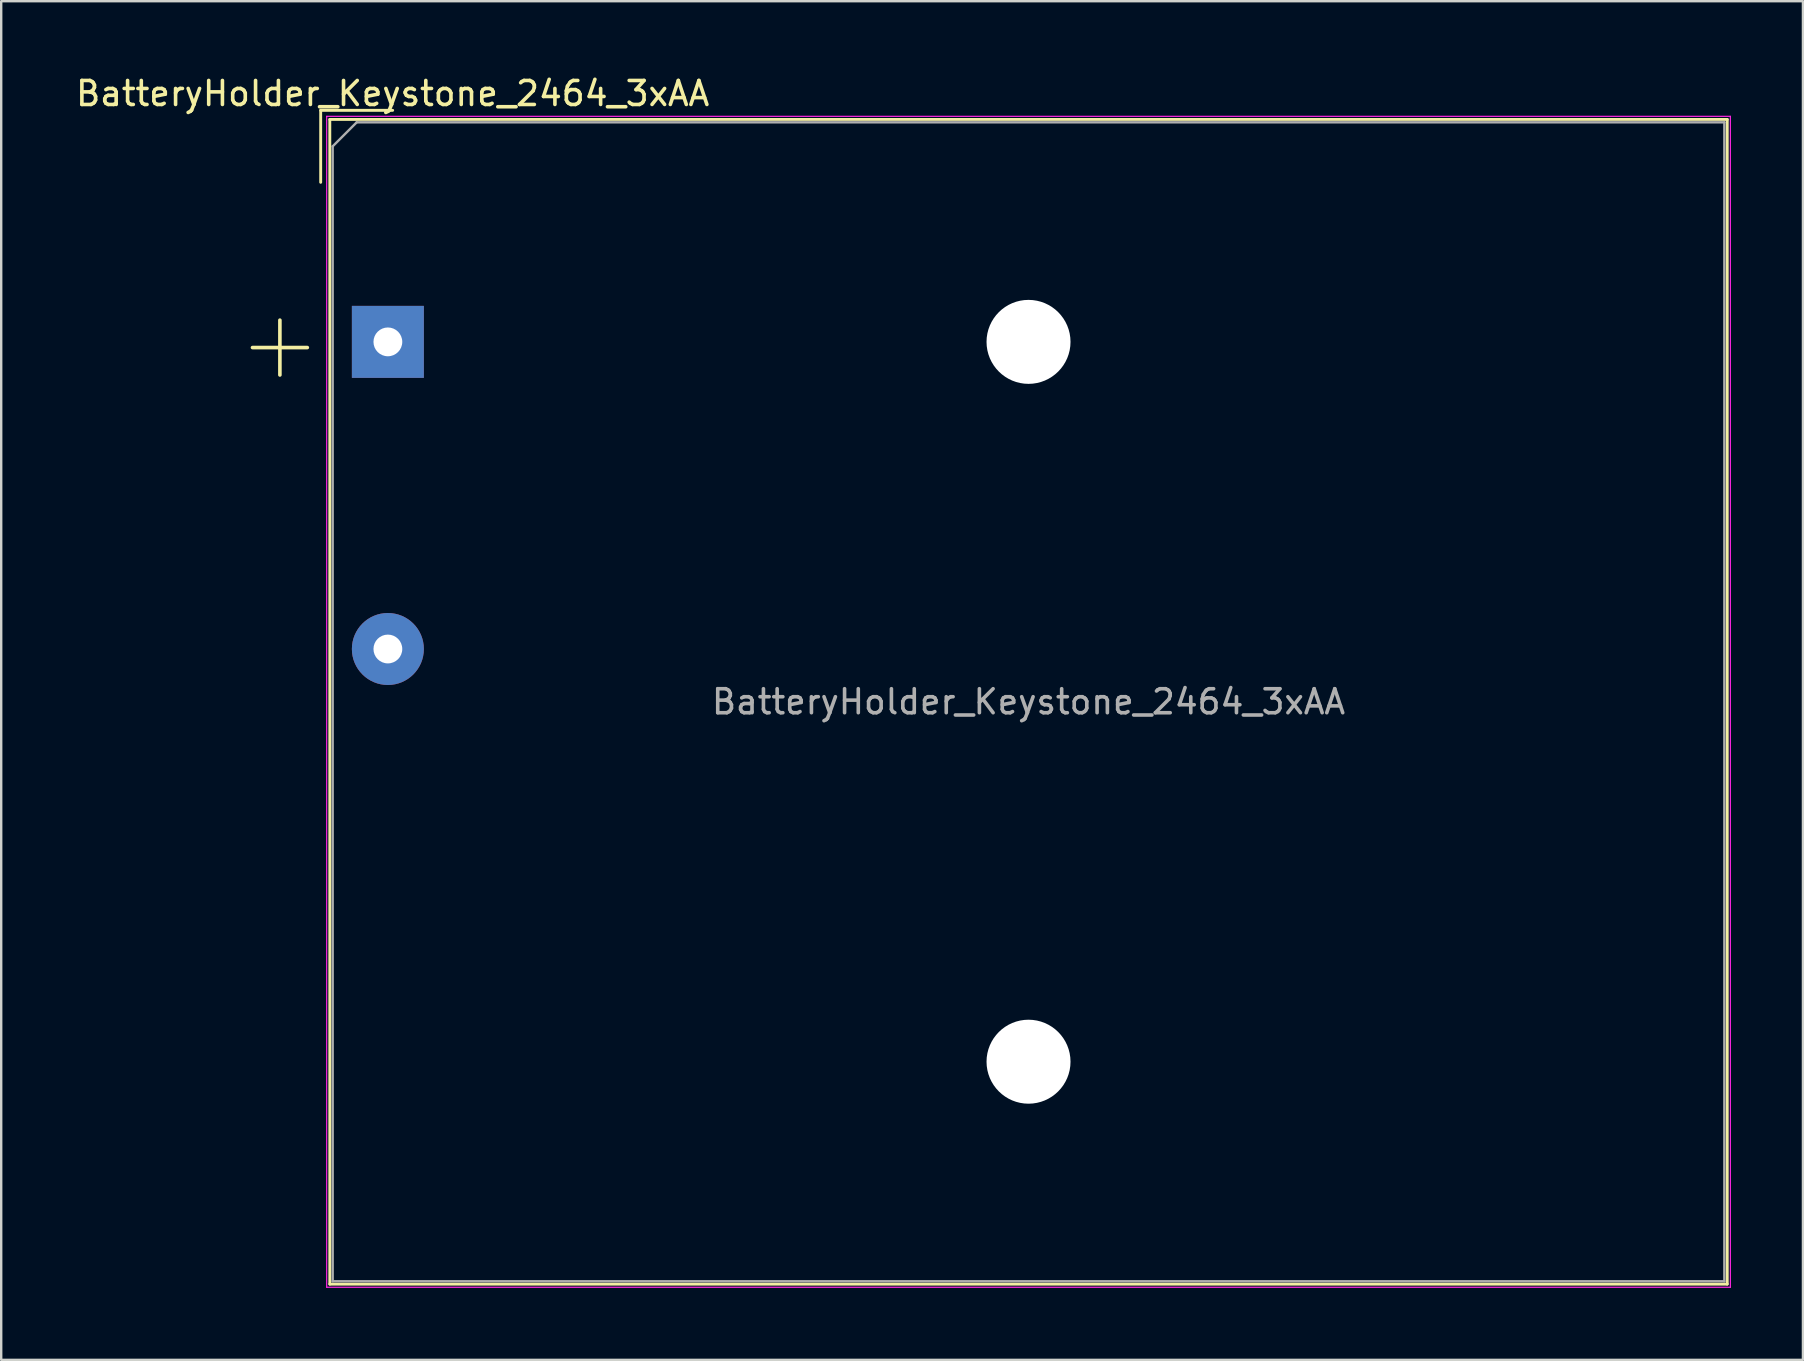
<source format=kicad_pcb>
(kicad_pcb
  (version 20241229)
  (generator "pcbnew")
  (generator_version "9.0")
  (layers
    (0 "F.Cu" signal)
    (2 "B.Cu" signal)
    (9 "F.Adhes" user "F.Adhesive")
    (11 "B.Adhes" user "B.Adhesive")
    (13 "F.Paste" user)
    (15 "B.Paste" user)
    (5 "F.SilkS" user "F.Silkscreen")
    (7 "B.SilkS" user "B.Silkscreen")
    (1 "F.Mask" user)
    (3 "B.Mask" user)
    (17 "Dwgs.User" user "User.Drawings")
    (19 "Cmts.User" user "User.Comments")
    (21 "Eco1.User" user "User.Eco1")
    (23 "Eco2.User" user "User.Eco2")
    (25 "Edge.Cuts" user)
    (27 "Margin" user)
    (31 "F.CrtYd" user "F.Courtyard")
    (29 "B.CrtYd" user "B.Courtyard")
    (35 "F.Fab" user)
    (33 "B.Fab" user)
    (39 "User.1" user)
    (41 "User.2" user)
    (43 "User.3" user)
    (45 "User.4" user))
  (footprint "BatteryHolder_Keystone_2464_3xAA"
    (layer "F.Cu")
    (at 13.115 11.198)
    (property "Reference" "BatteryHolder_Keystone_2464_3xAA" (at 0.2 -10.35 0) (layer "F.SilkS") (effects (font (size 1 1) (thickness 0.15))))
    (attr through_hole)
    (fp_line (start -2.8 -9.65) (end 0.2 -9.65) (stroke (width 0.12) (type solid)) (layer "F.SilkS"))
    (fp_line (start -2.8 -6.65) (end -2.8 -9.65) (stroke (width 0.12) (type solid)) (layer "F.SilkS"))
    (fp_line (start -2.42 -9.27) (end -2.42 39.27) (stroke (width 0.12) (type solid)) (layer "F.SilkS"))
    (fp_line (start -2.42 -9.27) (end 55.82 -9.27) (stroke (width 0.12) (type solid)) (layer "F.SilkS"))
    (fp_line (start -2.42 39.27) (end 55.82 39.27) (stroke (width 0.12) (type solid)) (layer "F.SilkS"))
    (fp_line (start 55.82 -9.27) (end 55.82 39.27) (stroke (width 0.12) (type solid)) (layer "F.SilkS"))
    (fp_line (start -2.55 -9.4) (end -2.55 39.4) (stroke (width 0.05) (type solid)) (layer "F.CrtYd"))
    (fp_line (start -2.55 -9.4) (end 55.95 -9.4) (stroke (width 0.05) (type solid)) (layer "F.CrtYd"))
    (fp_line (start -2.55 39.4) (end 55.95 39.4) (stroke (width 0.05) (type solid)) (layer "F.CrtYd"))
    (fp_line (start 55.95 -9.4) (end 55.95 39.4) (stroke (width 0.05) (type solid)) (layer "F.CrtYd"))
    (fp_line (start -2.3 -8.15) (end -1.3 -9.15) (stroke (width 0.1) (type solid)) (layer "F.Fab"))
    (fp_line (start -2.3 39.15) (end -2.3 -8.15) (stroke (width 0.1) (type solid)) (layer "F.Fab"))
    (fp_line (start -1.3 -9.15) (end 55.7 -9.15) (stroke (width 0.1) (type solid)) (layer "F.Fab"))
    (fp_line (start 55.7 -9.15) (end 55.7 39.15) (stroke (width 0.1) (type solid)) (layer "F.Fab"))
    (fp_line (start 55.7 39.15) (end -2.3 39.15) (stroke (width 0.1) (type solid)) (layer "F.Fab"))
    (fp_text user "+" (at -4.5 0 0) (layer "F.SilkS") (effects (font (size 3 3) (thickness 0.15))))
    (fp_text user "${REFERENCE}" (at 26.7 15 0) (layer "F.Fab") (effects (font (size 1 1) (thickness 0.15))))
    (pad "" np_thru_hole circle (at 26.7 0) (size 3.5 3.5) (drill 3.5) (layers "*.Cu" "*.Mask"))
    (pad "" np_thru_hole circle (at 26.7 30) (size 3.5 3.5) (drill 3.5) (layers "*.Cu" "*.Mask"))
    (pad "1" thru_hole rect (at 0 0) (size 3 3) (drill 1.2) (layers "*.Cu" "*.Mask"))
    (pad "2" thru_hole circle (at 0 12.8) (size 3 3) (drill 1.2) (layers "*.Cu" "*.Mask")))
  (gr_rect
    (start -3 -3)
    (end 72.09 53.623)
    (stroke (width 0.1) (type default))
    (fill no)
    (layer "Edge.Cuts")))
</source>
